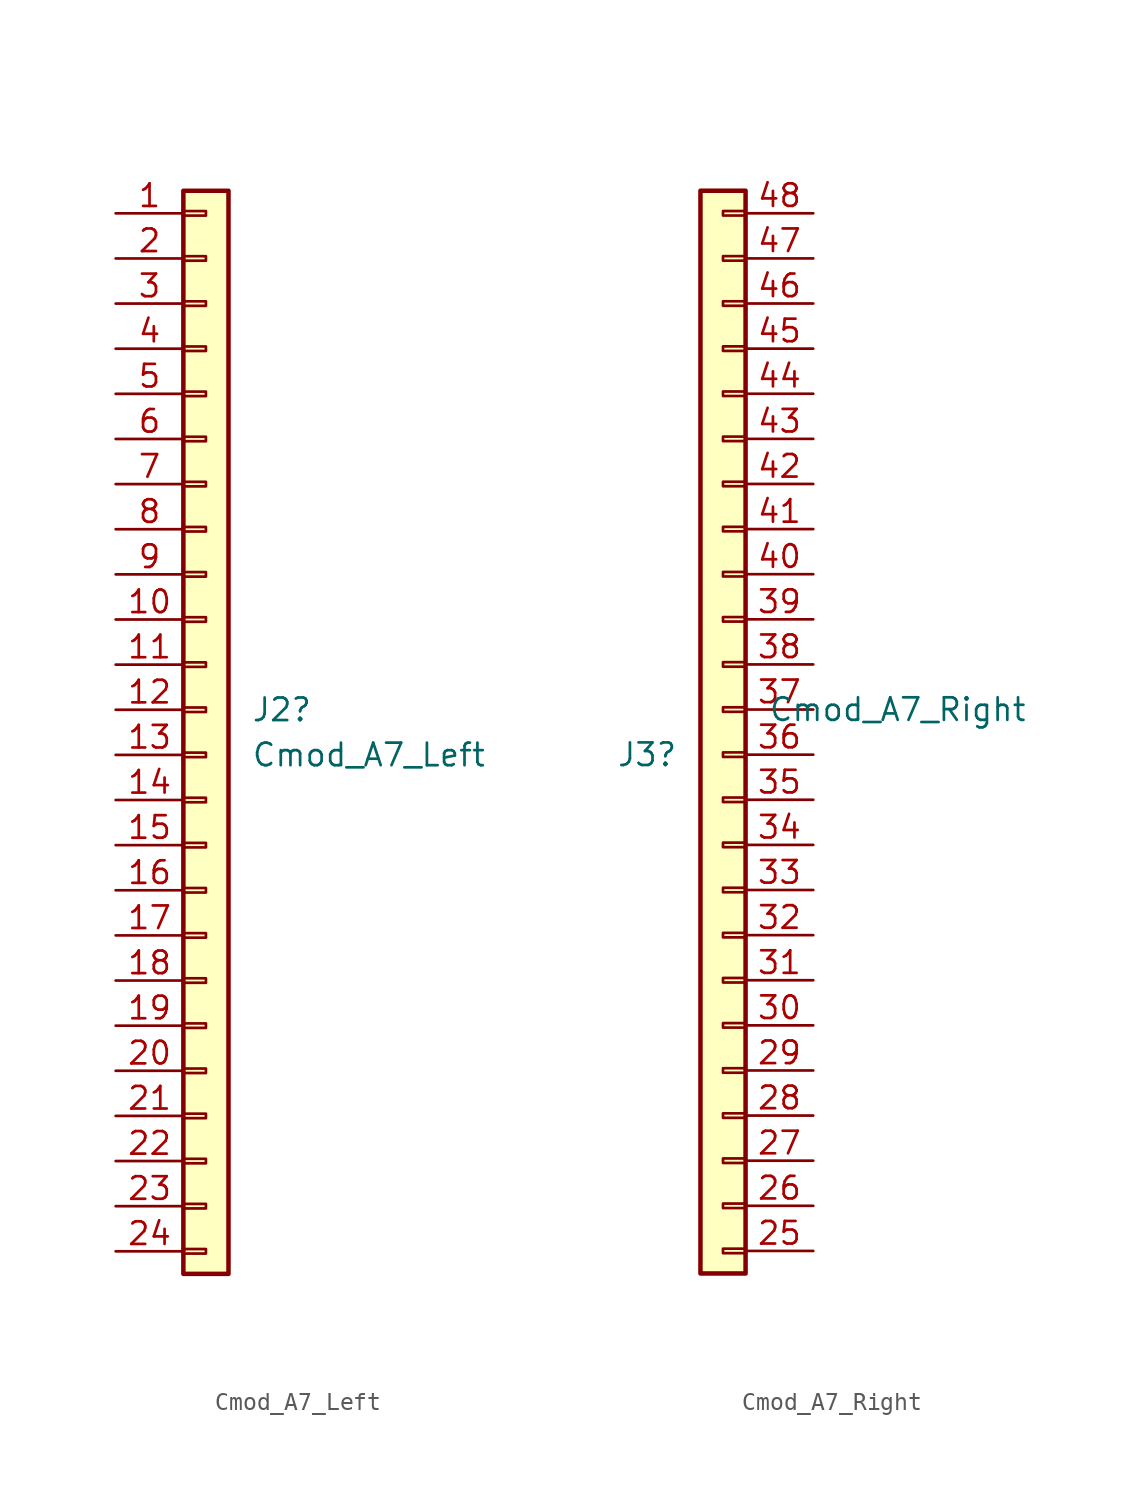
<source format=kicad_sym>
(kicad_symbol_lib
  (version 20241209)
  (generator "kicad_symbol_editor")
  (generator_version "9.0")
  (symbol "Cmod_A7_Left"
    (pin_names
      (offset 1.016)
      (hide yes))
    (property "Reference" "J2"
      (at 2.54 0.0001 0)
      (effects (font (size 1.27 1.27)) (justify left)))
    (property "Value" "Cmod_A7_Left"
      (at 2.54 -2.54 0)
      (effects (font (size 1.27 1.27)) (justify left)))
    (symbol "Cmod_A7_Left_1_1"
      (rectangle (start -1.27 29.21) (end 1.27 -31.75) (stroke (width 0.254) (type default)) (fill (type background)))
      (rectangle (start -1.27 28.067) (end 0 27.813) (stroke (width 0.152) (type default)) (fill (type none)))
      (rectangle (start -1.27 25.527) (end 0 25.273) (stroke (width 0.152) (type default)) (fill (type none)))
      (rectangle (start -1.27 22.987) (end 0 22.733) (stroke (width 0.152) (type default)) (fill (type none)))
      (rectangle (start -1.27 20.447) (end 0 20.193) (stroke (width 0.152) (type default)) (fill (type none)))
      (rectangle (start -1.27 17.907) (end 0 17.653) (stroke (width 0.152) (type default)) (fill (type none)))
      (rectangle (start -1.27 15.367) (end 0 15.113) (stroke (width 0.152) (type default)) (fill (type none)))
      (rectangle (start -1.27 12.827) (end 0 12.573) (stroke (width 0.152) (type default)) (fill (type none)))
      (rectangle (start -1.27 10.287) (end 0 10.033) (stroke (width 0.152) (type default)) (fill (type none)))
      (rectangle (start -1.27 7.747) (end 0 7.493) (stroke (width 0.152) (type default)) (fill (type none)))
      (rectangle (start -1.27 5.207) (end 0 4.953) (stroke (width 0.152) (type default)) (fill (type none)))
      (rectangle (start -1.27 2.667) (end 0 2.413) (stroke (width 0.152) (type default)) (fill (type none)))
      (rectangle (start -1.27 0.127) (end 0 -0.127) (stroke (width 0.152) (type default)) (fill (type none)))
      (rectangle (start -1.27 -2.413) (end 0 -2.667) (stroke (width 0.152) (type default)) (fill (type none)))
      (rectangle (start -1.27 -4.953) (end 0 -5.207) (stroke (width 0.152) (type default)) (fill (type none)))
      (rectangle (start -1.27 -7.493) (end 0 -7.747) (stroke (width 0.152) (type default)) (fill (type none)))
      (rectangle (start -1.27 -10.033) (end 0 -10.287) (stroke (width 0.152) (type default)) (fill (type none)))
      (rectangle (start -1.27 -12.573) (end 0 -12.827) (stroke (width 0.152) (type default)) (fill (type none)))
      (rectangle (start -1.27 -15.113) (end 0 -15.367) (stroke (width 0.152) (type default)) (fill (type none)))
      (rectangle (start -1.27 -17.653) (end 0 -17.907) (stroke (width 0.152) (type default)) (fill (type none)))
      (rectangle (start -1.27 -20.193) (end 0 -20.447) (stroke (width 0.152) (type default)) (fill (type none)))
      (rectangle (start -1.27 -22.733) (end 0 -22.987) (stroke (width 0.152) (type default)) (fill (type none)))
      (rectangle (start -1.27 -25.273) (end 0 -25.527) (stroke (width 0.152) (type default)) (fill (type none)))
      (rectangle (start -1.27 -27.813) (end 0 -28.067) (stroke (width 0.152) (type default)) (fill (type none)))
      (rectangle (start -1.27 -30.353) (end 0 -30.607) (stroke (width 0.152) (type default)) (fill (type none)))
      (pin passive line (at -5.08 27.94 0) (length 3.81) (name "Pin_1" (effects (font (size 1.27 1.27)))) (number "1" (effects (font (size 1.27 1.27)))))
      (pin passive line (at -5.08 25.4 0) (length 3.81) (name "Pin_2" (effects (font (size 1.27 1.27)))) (number "2" (effects (font (size 1.27 1.27)))))
      (pin passive line (at -5.08 22.86 0) (length 3.81) (name "Pin_3" (effects (font (size 1.27 1.27)))) (number "3" (effects (font (size 1.27 1.27)))))
      (pin passive line (at -5.08 20.32 0) (length 3.81) (name "Pin_4" (effects (font (size 1.27 1.27)))) (number "4" (effects (font (size 1.27 1.27)))))
      (pin passive line (at -5.08 17.78 0) (length 3.81) (name "Pin_5" (effects (font (size 1.27 1.27)))) (number "5" (effects (font (size 1.27 1.27)))))
      (pin passive line (at -5.08 15.24 0) (length 3.81) (name "Pin_6" (effects (font (size 1.27 1.27)))) (number "6" (effects (font (size 1.27 1.27)))))
      (pin passive line (at -5.08 12.7 0) (length 3.81) (name "Pin_7" (effects (font (size 1.27 1.27)))) (number "7" (effects (font (size 1.27 1.27)))))
      (pin passive line (at -5.08 10.16 0) (length 3.81) (name "Pin_8" (effects (font (size 1.27 1.27)))) (number "8" (effects (font (size 1.27 1.27)))))
      (pin passive line (at -5.08 7.62 0) (length 3.81) (name "Pin_9" (effects (font (size 1.27 1.27)))) (number "9" (effects (font (size 1.27 1.27)))))
      (pin passive line (at -5.08 5.08 0) (length 3.81) (name "Pin_10" (effects (font (size 1.27 1.27)))) (number "10" (effects (font (size 1.27 1.27)))))
      (pin passive line (at -5.08 2.54 0) (length 3.81) (name "Pin_11" (effects (font (size 1.27 1.27)))) (number "11" (effects (font (size 1.27 1.27)))))
      (pin passive line (at -5.08 0 0) (length 3.81) (name "Pin_12" (effects (font (size 1.27 1.27)))) (number "12" (effects (font (size 1.27 1.27)))))
      (pin passive line (at -5.08 -2.54 0) (length 3.81) (name "Pin_13" (effects (font (size 1.27 1.27)))) (number "13" (effects (font (size 1.27 1.27)))))
      (pin passive line (at -5.08 -5.08 0) (length 3.81) (name "Pin_14" (effects (font (size 1.27 1.27)))) (number "14" (effects (font (size 1.27 1.27)))))
      (pin passive line (at -5.08 -7.62 0) (length 3.81) (name "Pin_15" (effects (font (size 1.27 1.27)))) (number "15" (effects (font (size 1.27 1.27)))))
      (pin passive line (at -5.08 -10.16 0) (length 3.81) (name "Pin_16" (effects (font (size 1.27 1.27)))) (number "16" (effects (font (size 1.27 1.27)))))
      (pin passive line (at -5.08 -12.7 0) (length 3.81) (name "Pin_17" (effects (font (size 1.27 1.27)))) (number "17" (effects (font (size 1.27 1.27)))))
      (pin passive line (at -5.08 -15.24 0) (length 3.81) (name "Pin_18" (effects (font (size 1.27 1.27)))) (number "18" (effects (font (size 1.27 1.27)))))
      (pin passive line (at -5.08 -17.78 0) (length 3.81) (name "Pin_19" (effects (font (size 1.27 1.27)))) (number "19" (effects (font (size 1.27 1.27)))))
      (pin passive line (at -5.08 -20.32 0) (length 3.81) (name "Pin_20" (effects (font (size 1.27 1.27)))) (number "20" (effects (font (size 1.27 1.27)))))
      (pin passive line (at -5.08 -22.86 0) (length 3.81) (name "Pin_21" (effects (font (size 1.27 1.27)))) (number "21" (effects (font (size 1.27 1.27)))))
      (pin passive line (at -5.08 -25.4 0) (length 3.81) (name "Pin_22" (effects (font (size 1.27 1.27)))) (number "22" (effects (font (size 1.27 1.27)))))
      (pin passive line (at -5.08 -27.94 0) (length 3.81) (name "Pin_23" (effects (font (size 1.27 1.27)))) (number "23" (effects (font (size 1.27 1.27)))))
      (pin passive line (at -5.08 -30.48 0) (length 3.81) (name "Pin_24" (effects (font (size 1.27 1.27)))) (number "24" (effects (font (size 1.27 1.27)))))))
  (symbol "Cmod_A7_Right"
    (pin_names
      (offset 1.016)
      (hide yes))
    (property "Reference" "J3"
      (at -2.54 -2.54 0)
      (effects (font (size 1.27 1.27)) (justify right)))
    (property "Value" "Cmod_A7_Right"
      (at 2.54 -0.0001 0)
      (effects (font (size 1.27 1.27)) (justify left)))
    (symbol "Cmod_A7_Right_1_1"
      (rectangle (start -1.27 29.21) (end 1.27 -31.75) (stroke (width 0.254) (type default)) (fill (type background)))
      (rectangle (start 1.27 27.813) (end 0 28.067) (stroke (width 0.152) (type default)) (fill (type none)))
      (rectangle (start 1.27 25.273) (end 0 25.527) (stroke (width 0.152) (type default)) (fill (type none)))
      (rectangle (start 1.27 22.733) (end 0 22.987) (stroke (width 0.152) (type default)) (fill (type none)))
      (rectangle (start 1.27 20.193) (end 0 20.447) (stroke (width 0.152) (type default)) (fill (type none)))
      (rectangle (start 1.27 17.653) (end 0 17.907) (stroke (width 0.152) (type default)) (fill (type none)))
      (rectangle (start 1.27 15.113) (end 0 15.367) (stroke (width 0.152) (type default)) (fill (type none)))
      (rectangle (start 1.27 12.573) (end 0 12.827) (stroke (width 0.152) (type default)) (fill (type none)))
      (rectangle (start 1.27 10.033) (end 0 10.287) (stroke (width 0.152) (type default)) (fill (type none)))
      (rectangle (start 1.27 7.493) (end 0 7.747) (stroke (width 0.152) (type default)) (fill (type none)))
      (rectangle (start 1.27 4.953) (end 0 5.207) (stroke (width 0.152) (type default)) (fill (type none)))
      (rectangle (start 1.27 2.413) (end 0 2.667) (stroke (width 0.152) (type default)) (fill (type none)))
      (rectangle (start 1.27 -0.127) (end 0 0.127) (stroke (width 0.152) (type default)) (fill (type none)))
      (rectangle (start 1.27 -2.667) (end 0 -2.413) (stroke (width 0.152) (type default)) (fill (type none)))
      (rectangle (start 1.27 -5.207) (end 0 -4.953) (stroke (width 0.152) (type default)) (fill (type none)))
      (rectangle (start 1.27 -7.747) (end 0 -7.493) (stroke (width 0.152) (type default)) (fill (type none)))
      (rectangle (start 1.27 -10.287) (end 0 -10.033) (stroke (width 0.152) (type default)) (fill (type none)))
      (rectangle (start 1.27 -12.827) (end 0 -12.573) (stroke (width 0.152) (type default)) (fill (type none)))
      (rectangle (start 1.27 -15.367) (end 0 -15.113) (stroke (width 0.152) (type default)) (fill (type none)))
      (rectangle (start 1.27 -17.907) (end 0 -17.653) (stroke (width 0.152) (type default)) (fill (type none)))
      (rectangle (start 1.27 -20.447) (end 0 -20.193) (stroke (width 0.152) (type default)) (fill (type none)))
      (rectangle (start 1.27 -22.987) (end 0 -22.733) (stroke (width 0.152) (type default)) (fill (type none)))
      (rectangle (start 1.27 -25.527) (end 0 -25.273) (stroke (width 0.152) (type default)) (fill (type none)))
      (rectangle (start 1.27 -28.067) (end 0 -27.813) (stroke (width 0.152) (type default)) (fill (type none)))
      (rectangle (start 1.27 -30.607) (end 0 -30.353) (stroke (width 0.152) (type default)) (fill (type none)))
      (pin passive line (at 5.08 27.94 180) (length 3.81) (name "Pin_24" (effects (font (size 1.27 1.27)))) (number "48" (effects (font (size 1.27 1.27)))))
      (pin passive line (at 5.08 25.4 180) (length 3.81) (name "Pin_23" (effects (font (size 1.27 1.27)))) (number "47" (effects (font (size 1.27 1.27)))))
      (pin passive line (at 5.08 22.86 180) (length 3.81) (name "Pin_22" (effects (font (size 1.27 1.27)))) (number "46" (effects (font (size 1.27 1.27)))))
      (pin passive line (at 5.08 20.32 180) (length 3.81) (name "Pin_21" (effects (font (size 1.27 1.27)))) (number "45" (effects (font (size 1.27 1.27)))))
      (pin passive line (at 5.08 17.78 180) (length 3.81) (name "Pin_20" (effects (font (size 1.27 1.27)))) (number "44" (effects (font (size 1.27 1.27)))))
      (pin passive line (at 5.08 15.24 180) (length 3.81) (name "Pin_19" (effects (font (size 1.27 1.27)))) (number "43" (effects (font (size 1.27 1.27)))))
      (pin passive line (at 5.08 12.7 180) (length 3.81) (name "Pin_18" (effects (font (size 1.27 1.27)))) (number "42" (effects (font (size 1.27 1.27)))))
      (pin passive line (at 5.08 10.16 180) (length 3.81) (name "Pin_17" (effects (font (size 1.27 1.27)))) (number "41" (effects (font (size 1.27 1.27)))))
      (pin passive line (at 5.08 7.62 180) (length 3.81) (name "Pin_16" (effects (font (size 1.27 1.27)))) (number "40" (effects (font (size 1.27 1.27)))))
      (pin passive line (at 5.08 5.08 180) (length 3.81) (name "Pin_15" (effects (font (size 1.27 1.27)))) (number "39" (effects (font (size 1.27 1.27)))))
      (pin passive line (at 5.08 2.54 180) (length 3.81) (name "Pin_14" (effects (font (size 1.27 1.27)))) (number "38" (effects (font (size 1.27 1.27)))))
      (pin passive line (at 5.08 0 180) (length 3.81) (name "Pin_13" (effects (font (size 1.27 1.27)))) (number "37" (effects (font (size 1.27 1.27)))))
      (pin passive line (at 5.08 -2.54 180) (length 3.81) (name "Pin_12" (effects (font (size 1.27 1.27)))) (number "36" (effects (font (size 1.27 1.27)))))
      (pin passive line (at 5.08 -5.08 180) (length 3.81) (name "Pin_11" (effects (font (size 1.27 1.27)))) (number "35" (effects (font (size 1.27 1.27)))))
      (pin passive line (at 5.08 -7.62 180) (length 3.81) (name "Pin_10" (effects (font (size 1.27 1.27)))) (number "34" (effects (font (size 1.27 1.27)))))
      (pin passive line (at 5.08 -10.16 180) (length 3.81) (name "Pin_9" (effects (font (size 1.27 1.27)))) (number "33" (effects (font (size 1.27 1.27)))))
      (pin passive line (at 5.08 -12.7 180) (length 3.81) (name "Pin_8" (effects (font (size 1.27 1.27)))) (number "32" (effects (font (size 1.27 1.27)))))
      (pin passive line (at 5.08 -15.24 180) (length 3.81) (name "Pin_7" (effects (font (size 1.27 1.27)))) (number "31" (effects (font (size 1.27 1.27)))))
      (pin passive line (at 5.08 -17.78 180) (length 3.81) (name "Pin_6" (effects (font (size 1.27 1.27)))) (number "30" (effects (font (size 1.27 1.27)))))
      (pin passive line (at 5.08 -20.32 180) (length 3.81) (name "Pin_5" (effects (font (size 1.27 1.27)))) (number "29" (effects (font (size 1.27 1.27)))))
      (pin passive line (at 5.08 -22.86 180) (length 3.81) (name "Pin_4" (effects (font (size 1.27 1.27)))) (number "28" (effects (font (size 1.27 1.27)))))
      (pin passive line (at 5.08 -25.4 180) (length 3.81) (name "Pin_3" (effects (font (size 1.27 1.27)))) (number "27" (effects (font (size 1.27 1.27)))))
      (pin passive line (at 5.08 -27.94 180) (length 3.81) (name "Pin_2" (effects (font (size 1.27 1.27)))) (number "26" (effects (font (size 1.27 1.27)))))
      (pin passive line (at 5.08 -30.48 180) (length 3.81) (name "Pin_1" (effects (font (size 1.27 1.27)))) (number "25" (effects (font (size 1.27 1.27))))))))
</source>
